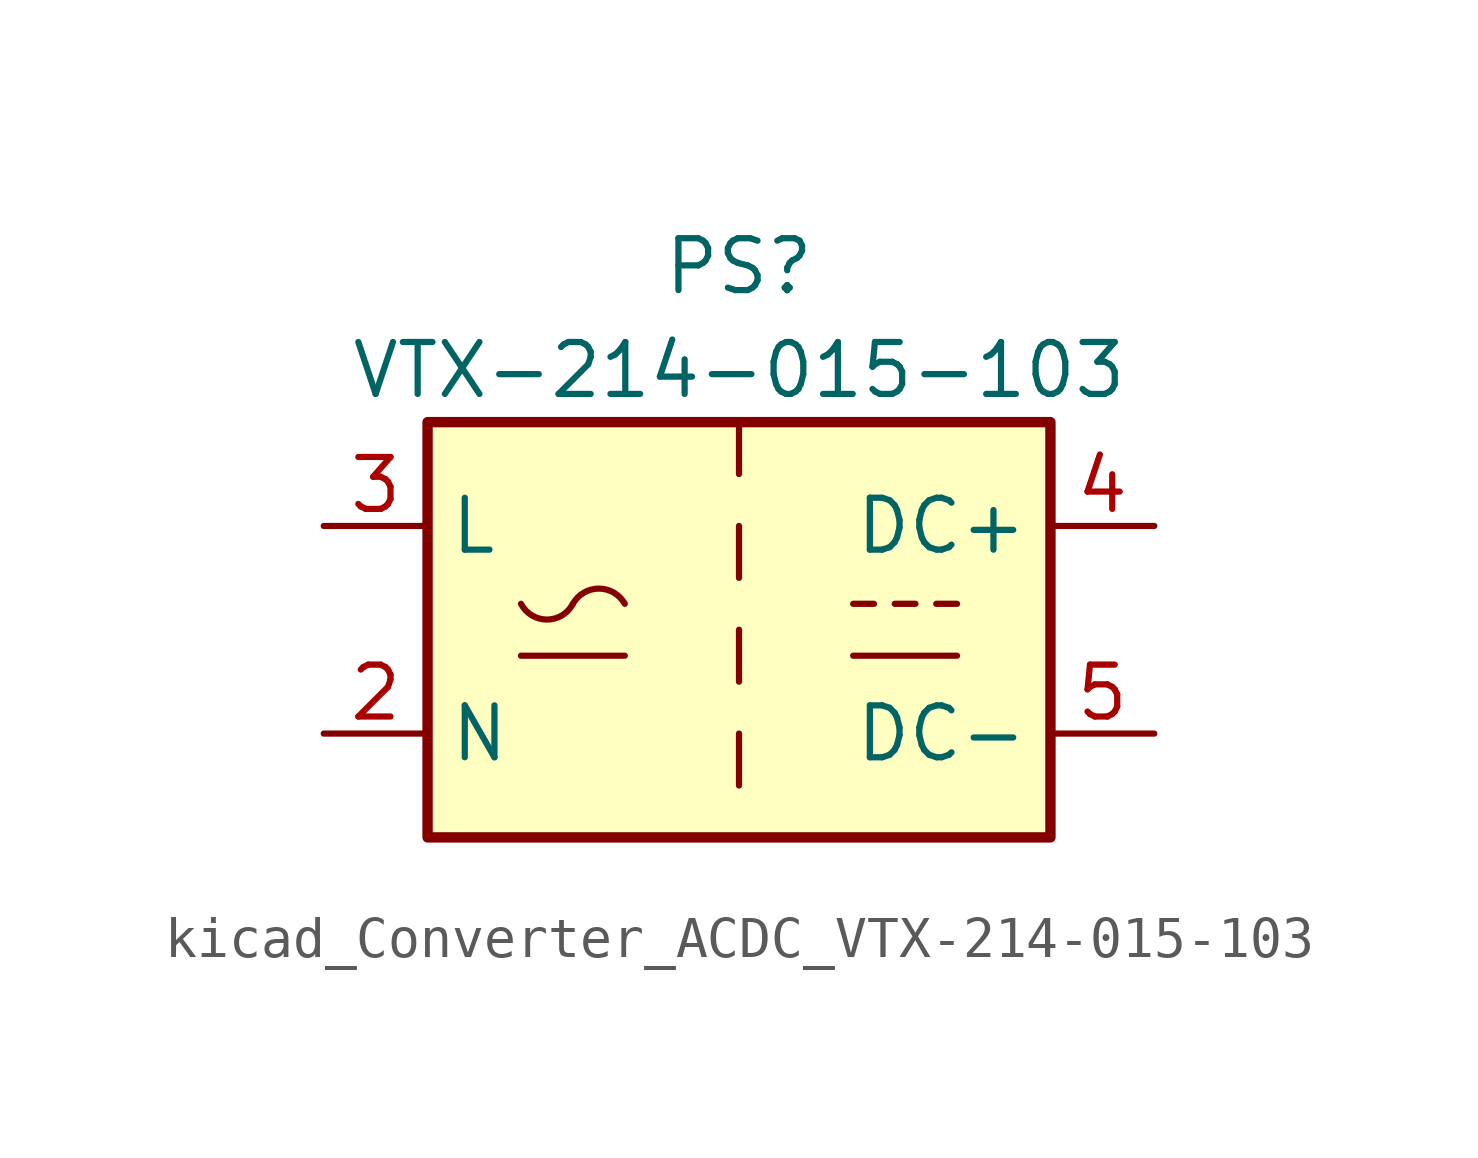
<source format=kicad_sym>
(kicad_symbol_lib
  (version 20220914)
  (generator kicad_symbol_editor)
  (symbol "kicad_Converter_ACDC_VTX-214-015-103"
    (property "Reference" "PS"
      (at 0 8.89 0)
      (effects (font (size 1.27 1.27))))
    (property "Value" "VTX-214-015-103"
      (at 0 6.35 0)
      (effects (font (size 1.27 1.27))))
    (symbol "kicad_Converter_ACDC_VTX-214-015-103_0_1"
      (rectangle (start -7.62 5.08) (end 7.62 -5.08) (stroke (width 0.254) (type default)) (fill (type background)))
      (arc (start -5.334 0.635) (mid -4.699 0.2495) (end -4.064 0.635) (stroke (width 0) (type default)) (fill (type none)))
      (arc (start -2.794 0.635) (mid -3.429 1.0072) (end -4.064 0.635) (stroke (width 0) (type default)) (fill (type none)))
      (polyline (pts (xy -5.334 -0.635) (xy -2.794 -0.635)) (stroke (width 0) (type default)) (fill (type none)))
      (polyline (pts (xy 2.794 -0.635) (xy 5.334 -0.635)) (stroke (width 0) (type default)) (fill (type none)))
      (polyline (pts (xy 2.794 0.635) (xy 3.302 0.635)) (stroke (width 0) (type default)) (fill (type none)))
      (polyline (pts (xy 3.81 0.635) (xy 4.318 0.635)) (stroke (width 0) (type default)) (fill (type none)))
      (polyline (pts (xy 4.826 0.635) (xy 5.334 0.635)) (stroke (width 0) (type default)) (fill (type none))))
    (symbol "kicad_Converter_ACDC_VTX-214-015-103_1_1"
      (polyline (pts (xy 0 -2.54) (xy 0 -3.81)) (stroke (width 0) (type default)) (fill (type none)))
      (polyline (pts (xy 0 0) (xy 0 -1.27)) (stroke (width 0) (type default)) (fill (type none)))
      (polyline (pts (xy 0 2.54) (xy 0 1.27)) (stroke (width 0) (type default)) (fill (type none)))
      (polyline (pts (xy 0 5.08) (xy 0 3.81)) (stroke (width 0) (type default)) (fill (type none)))
      (pin no_connect line (at 0 -5.08 90) (length 2.54) hide (name "FG" (effects (font (size 1.27 1.27)))) (number "1" (effects (font (size 1.27 1.27)))))
      (pin power_in line (at -10.16 -2.54 0) (length 2.54) (name "N" (effects (font (size 1.27 1.27)))) (number "2" (effects (font (size 1.27 1.27)))))
      (pin power_in line (at -10.16 2.54 0) (length 2.54) (name "L" (effects (font (size 1.27 1.27)))) (number "3" (effects (font (size 1.27 1.27)))))
      (pin power_out line (at 10.16 2.54 180) (length 2.54) (name "DC+" (effects (font (size 1.27 1.27)))) (number "4" (effects (font (size 1.27 1.27)))))
      (pin power_out line (at 10.16 -2.54 180) (length 2.54) (name "DC-" (effects (font (size 1.27 1.27)))) (number "5" (effects (font (size 1.27 1.27))))))))
</source>
